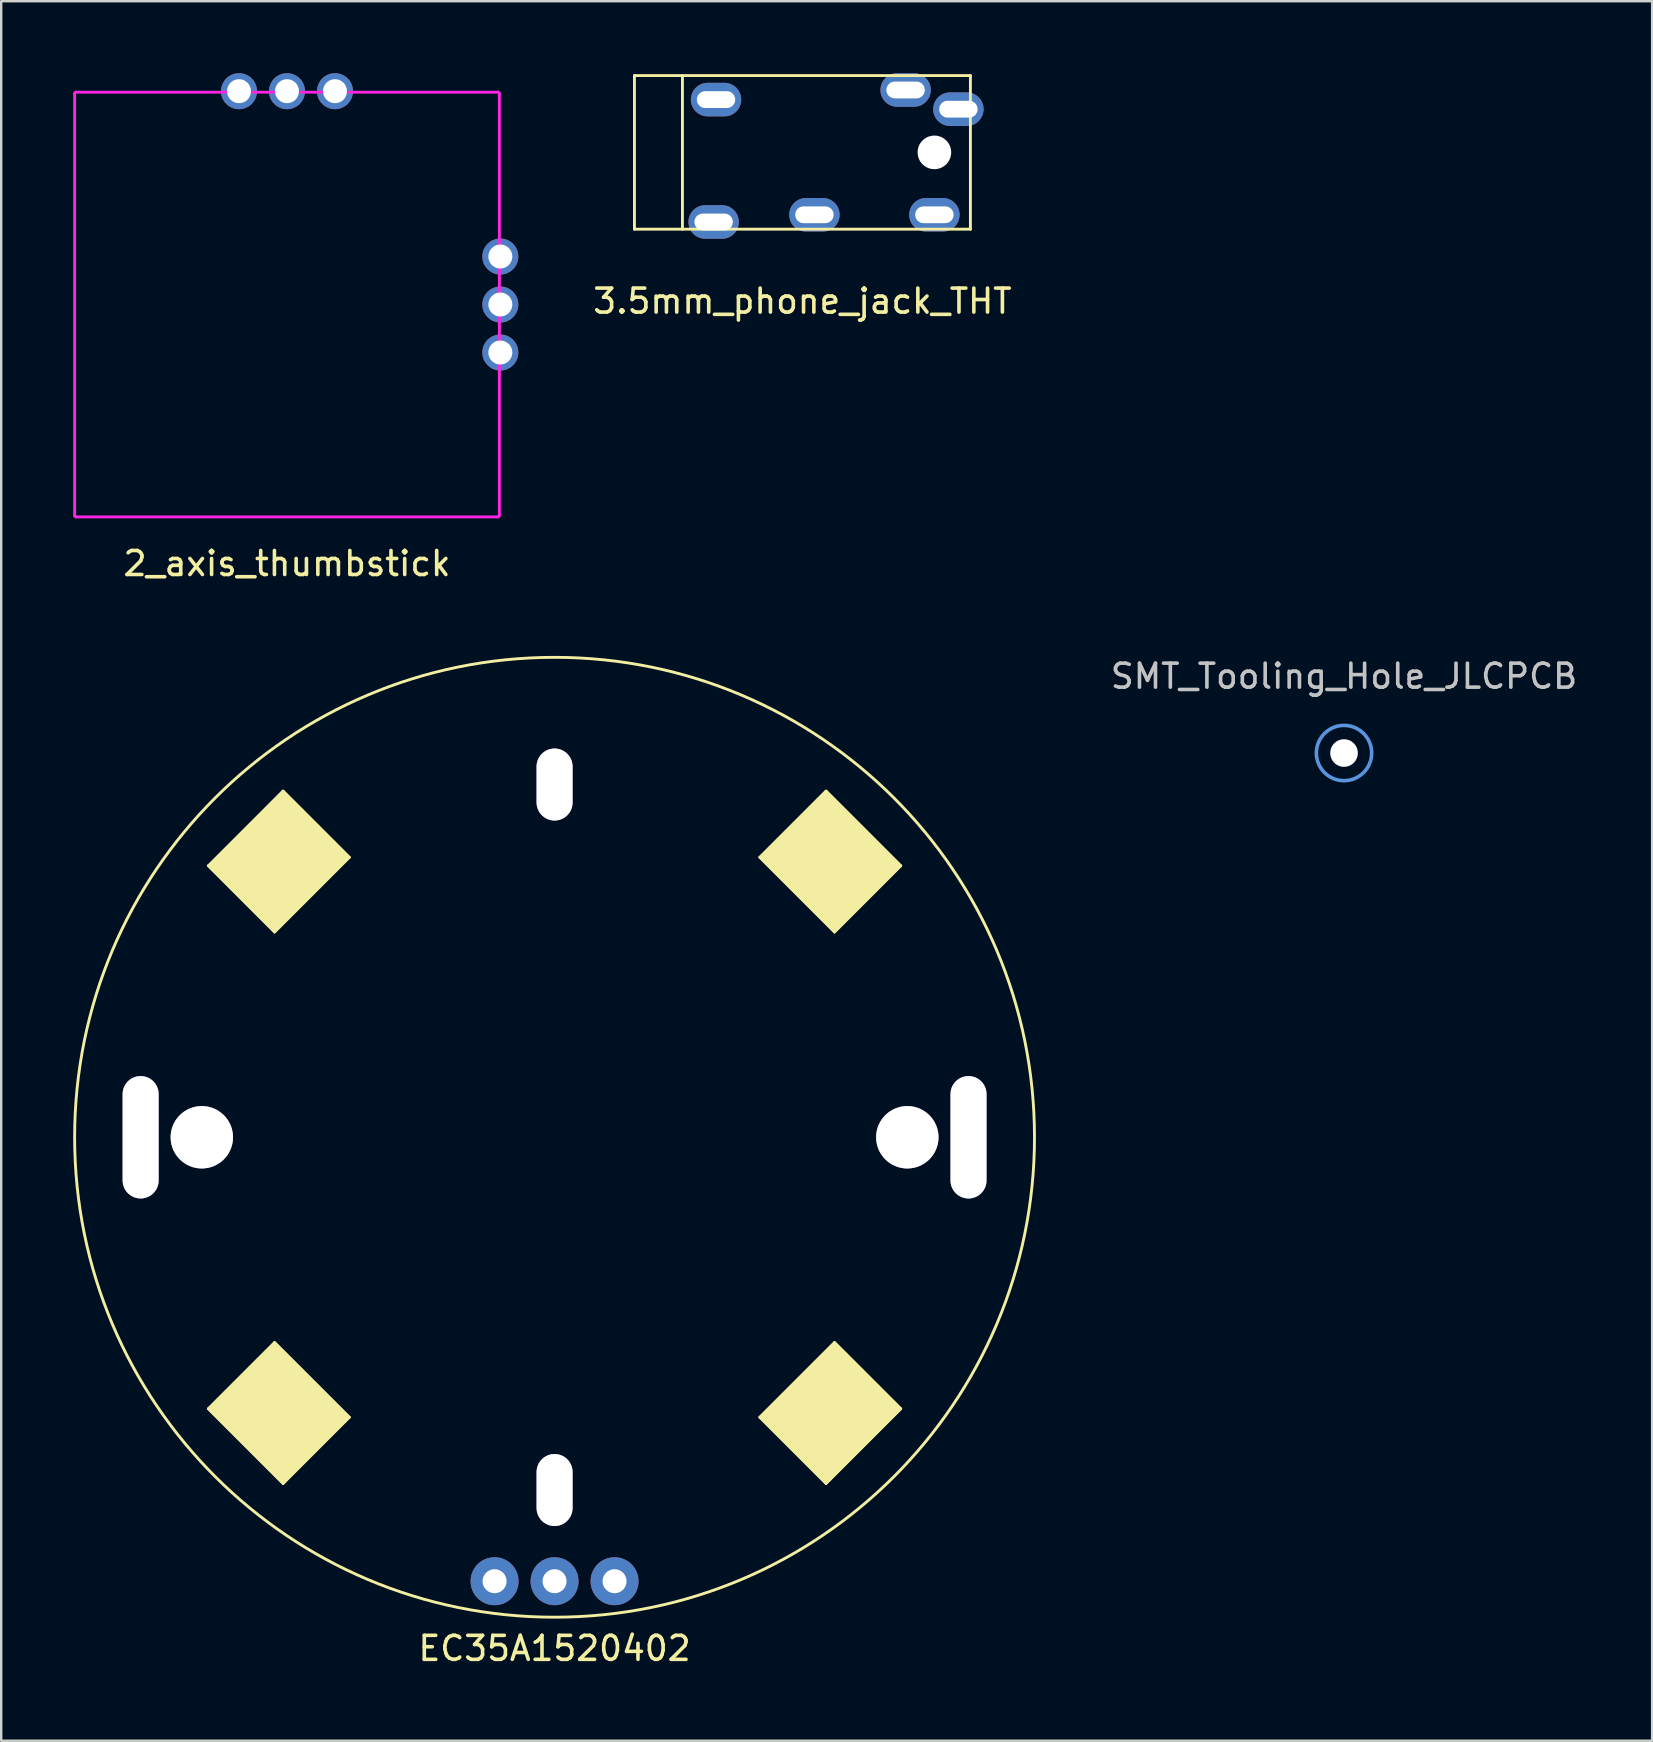
<source format=kicad_pcb>
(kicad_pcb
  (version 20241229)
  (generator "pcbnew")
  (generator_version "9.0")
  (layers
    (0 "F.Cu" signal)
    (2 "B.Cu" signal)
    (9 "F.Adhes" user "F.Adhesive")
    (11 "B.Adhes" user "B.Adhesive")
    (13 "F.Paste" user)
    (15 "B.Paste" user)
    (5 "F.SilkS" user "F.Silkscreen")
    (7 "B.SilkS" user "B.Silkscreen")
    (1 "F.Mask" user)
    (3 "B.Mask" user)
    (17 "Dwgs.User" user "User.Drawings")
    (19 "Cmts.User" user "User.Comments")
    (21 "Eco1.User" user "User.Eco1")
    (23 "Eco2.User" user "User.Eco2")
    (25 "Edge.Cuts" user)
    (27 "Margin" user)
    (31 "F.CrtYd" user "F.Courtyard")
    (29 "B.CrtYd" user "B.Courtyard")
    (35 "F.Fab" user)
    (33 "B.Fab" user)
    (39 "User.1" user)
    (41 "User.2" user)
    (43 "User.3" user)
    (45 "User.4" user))
  (footprint "2_axis_thumbstick"
    (layer "F.Cu")
    (at 8.91 9.64)
    (property "Reference" "2_axis_thumbstick" (at 0 10.795 0) (layer "F.SilkS") (effects (font (size 1 1) (thickness 0.15))))
    (attr through_hole)
    (fp_line (start -8.85 -8.8) (end -8.85 8.8) (stroke (width 0.12) (type solid)) (layer "F.CrtYd"))
    (fp_line (start -8.8 -8.85) (end -8.85 -8.8) (stroke (width 0.12) (type solid)) (layer "F.CrtYd"))
    (fp_line (start -8.8 -8.85) (end 8.8 -8.85) (stroke (width 0.12) (type solid)) (layer "F.CrtYd"))
    (fp_line (start -8.8 8.85) (end -8.85 8.8) (stroke (width 0.12) (type solid)) (layer "F.CrtYd"))
    (fp_line (start -8.8 8.85) (end 8.8 8.85) (stroke (width 0.12) (type solid)) (layer "F.CrtYd"))
    (fp_line (start 8.8 -8.85) (end 8.85 -8.8) (stroke (width 0.12) (type solid)) (layer "F.CrtYd"))
    (fp_line (start 8.8 8.85) (end 8.85 8.8) (stroke (width 0.12) (type solid)) (layer "F.CrtYd"))
    (fp_line (start 8.85 -8.8) (end 8.85 8.8) (stroke (width 0.12) (type solid)) (layer "F.CrtYd"))
    (pad "1" thru_hole circle (at 8.89 2) (size 1.5 1.5) (drill 1) (layers "*.Cu" "*.Mask"))
    (pad "2" thru_hole circle (at 8.89 0) (size 1.5 1.5) (drill 1) (layers "*.Cu" "*.Mask"))
    (pad "3" thru_hole circle (at 8.89 -2) (size 1.5 1.5) (drill 1) (layers "*.Cu" "*.Mask"))
    (pad "4" thru_hole circle (at 2 -8.89) (size 1.5 1.5) (drill 1) (layers "*.Cu" "*.Mask"))
    (pad "5" thru_hole circle (at 0 -8.89) (size 1.5 1.5) (drill 1) (layers "*.Cu" "*.Mask"))
    (pad "6" thru_hole circle (at -2 -8.89) (size 1.5 1.5) (drill 1) (layers "*.Cu" "*.Mask")))
  (footprint "3.5mm_phone_jack_THT"
    (layer "F.Cu")
    (at 30.389 3.3)
    (property "Reference" "3.5mm_phone_jack_THT" (at 0 6.2 0) (layer "F.SilkS") (effects (font (size 1 1) (thickness 0.15))))
    (attr through_hole)
    (fp_line (start -7 -3.2) (end -7 3.2) (stroke (width 0.12) (type solid)) (layer "F.SilkS"))
    (fp_line (start -5 -3.2) (end -5 3.2) (stroke (width 0.12) (type solid)) (layer "F.SilkS"))
    (fp_line (start 7 -3.2) (end -7 -3.2) (stroke (width 0.12) (type solid)) (layer "F.SilkS"))
    (fp_line (start 7 3.2) (end -7 3.2) (stroke (width 0.12) (type solid)) (layer "F.SilkS"))
    (fp_line (start 7 3.2) (end 7 -3.2) (stroke (width 0.12) (type solid)) (layer "F.SilkS"))
    (pad "" np_thru_hole circle (at 5.5 0) (size 1.4 1.4) (drill 1.4) (layers "*.Cu" "*.Mask"))
    (pad "R1" thru_hole oval (at -3.6 -2.2) (size 2.1 1.4) (drill oval 1.6 0.7) (layers "*.Cu" "*.Mask"))
    (pad "R2" thru_hole oval (at 0.5 2.6) (size 2.1 1.4) (drill oval 1.6 0.7) (layers "*.Cu" "*.Mask"))
    (pad "R2" thru_hole oval (at 5.5 2.6) (size 2.1 1.4) (drill oval 1.6 0.7) (layers "*.Cu" "*.Mask"))
    (pad "S" thru_hole oval (at 4.3 -2.6) (size 2.1 1.4) (drill oval 1.6 0.7) (layers "*.Cu" "*.Mask"))
    (pad "S" thru_hole oval (at 6.5 -1.8) (size 2.1 1.4) (drill oval 1.6 0.7) (layers "*.Cu" "*.Mask"))
    (pad "T" thru_hole oval (at -3.7 2.9) (size 2.1 1.4) (drill oval 1.6 0.7) (layers "*.Cu" "*.Mask")))
  (footprint "SMT_Tooling_Hole_JLCPCB"
    (layer "F.Cu")
    (at 52.959 28.331)
    (property "Reference" "SMT_Tooling_Hole_JLCPCB" (at 0 -3.2 0) (layer "Dwgs.User") (effects (font (size 1 1) (thickness 0.15))))
    (attr exclude_from_pos_files exclude_from_bom)
    (fp_circle (center 0 0) (end 1.152 0) (stroke (width 0.15) (type solid)) (fill no) (layer "Cmts.User"))
    (fp_circle (center 0 0) (end 1.152 0) (stroke (width 0.05) (type solid)) (fill no) (layer "F.CrtYd"))
    (pad "" np_thru_hole circle (at 0 0) (size 1.152 1.152) (drill 1.152) (layers "*.Cu" "*.Paste" "*.Mask")))
  (footprint "EC35A1520402"
    (layer "F.Cu")
    (at 20.06 44.343)
    (property "Reference" "EC35A1520402" (at 0 21.3 0) (layer "F.SilkS") (effects (font (size 1 1) (thickness 0.15))))
    (attr through_hole)
    (fp_line (start -14.425 -11.314) (end -11.667 -8.556) (stroke (width 0.12) (type solid)) (layer "F.SilkS"))
    (fp_line (start -14.425 11.314) (end -11.314 14.425) (stroke (width 0.12) (type solid)) (layer "F.SilkS"))
    (fp_line (start -11.667 -8.556) (end -8.556 -11.667) (stroke (width 0.12) (type solid)) (layer "F.SilkS"))
    (fp_line (start -11.667 8.556) (end -14.425 11.314) (stroke (width 0.12) (type solid)) (layer "F.SilkS"))
    (fp_line (start -11.314 -14.425) (end -14.425 -11.314) (stroke (width 0.12) (type solid)) (layer "F.SilkS"))
    (fp_line (start -11.314 14.425) (end -8.556 11.667) (stroke (width 0.12) (type solid)) (layer "F.SilkS"))
    (fp_line (start -8.556 -11.667) (end -11.314 -14.425) (stroke (width 0.12) (type solid)) (layer "F.SilkS"))
    (fp_line (start -8.556 11.667) (end -11.667 8.556) (stroke (width 0.12) (type solid)) (layer "F.SilkS"))
    (fp_line (start 8.556 -11.667) (end 11.667 -8.556) (stroke (width 0.12) (type solid)) (layer "F.SilkS"))
    (fp_line (start 8.556 11.667) (end 11.314 14.425) (stroke (width 0.12) (type solid)) (layer "F.SilkS"))
    (fp_line (start 11.314 -14.425) (end 8.556 -11.667) (stroke (width 0.12) (type solid)) (layer "F.SilkS"))
    (fp_line (start 11.314 14.425) (end 14.425 11.314) (stroke (width 0.12) (type solid)) (layer "F.SilkS"))
    (fp_line (start 11.667 -8.556) (end 14.425 -11.314) (stroke (width 0.12) (type solid)) (layer "F.SilkS"))
    (fp_line (start 11.667 8.556) (end 8.556 11.667) (stroke (width 0.12) (type solid)) (layer "F.SilkS"))
    (fp_line (start 14.425 -11.314) (end 11.314 -14.425) (stroke (width 0.12) (type solid)) (layer "F.SilkS"))
    (fp_line (start 14.425 11.314) (end 11.667 8.556) (stroke (width 0.12) (type solid)) (layer "F.SilkS"))
    (fp_circle (center 0 0) (end 20 0) (stroke (width 0.12) (type solid)) (fill no) (layer "F.SilkS"))
    (fp_poly (pts (xy -8.556 -11.667) (xy -11.667 -8.556) (xy -14.4 -11.3) (xy -11.314 -14.425)) (stroke (width 0.1) (type solid)) (fill yes) (layer "F.SilkS"))
    (fp_poly (pts (xy -8.556 11.667) (xy -11.314 14.425) (xy -14.425 11.314) (xy -11.667 8.556)) (stroke (width 0.1) (type solid)) (fill yes) (layer "F.SilkS"))
    (fp_poly (pts (xy 14.425 -11.314) (xy 11.667 -8.556) (xy 8.556 -11.667) (xy 11.314 -14.425)) (stroke (width 0.1) (type solid)) (fill yes) (layer "F.SilkS"))
    (fp_poly (pts (xy 14.425 11.314) (xy 11.314 14.425) (xy 8.556 11.667) (xy 11.667 8.556)) (stroke (width 0.1) (type solid)) (fill yes) (layer "F.SilkS"))
    (pad "" thru_hole oval (at -17.25 0 180) (size 1.5 5.1) (drill oval 1.5 5.1) (layers "*.Cu" "*.Mask"))
    (pad "" thru_hole circle (at -14.7 0 180) (size 2.6 2.6) (drill 2.6) (layers "*.Cu" "*.Mask"))
    (pad "" thru_hole oval (at 0 -14.7) (size 1.5 3) (drill oval 1.5 3) (layers "*.Cu" "*.Mask"))
    (pad "" thru_hole oval (at 0 14.7 180) (size 1.5 3) (drill oval 1.5 3) (layers "*.Cu" "*.Mask"))
    (pad "" thru_hole circle (at 14.7 0) (size 2.6 2.6) (drill 2.6) (layers "*.Cu" "*.Mask"))
    (pad "" thru_hole oval (at 17.25 0) (size 1.5 5.1) (drill oval 1.5 5.1) (layers "*.Cu" "*.Mask"))
    (pad "A" thru_hole circle (at -2.5 18.5) (size 2 2) (drill 1) (layers "*.Cu" "*.Mask"))
    (pad "B" thru_hole circle (at 2.5 18.5) (size 2 2) (drill 1) (layers "*.Cu" "*.Mask"))
    (pad "C" thru_hole circle (at 0 18.5) (size 2 2) (drill 1) (layers "*.Cu" "*.Mask")))
  (gr_rect
    (start -3 -3)
    (end 65.799 69.492)
    (stroke (width 0.1) (type default))
    (fill no)
    (layer "Edge.Cuts")))
</source>
